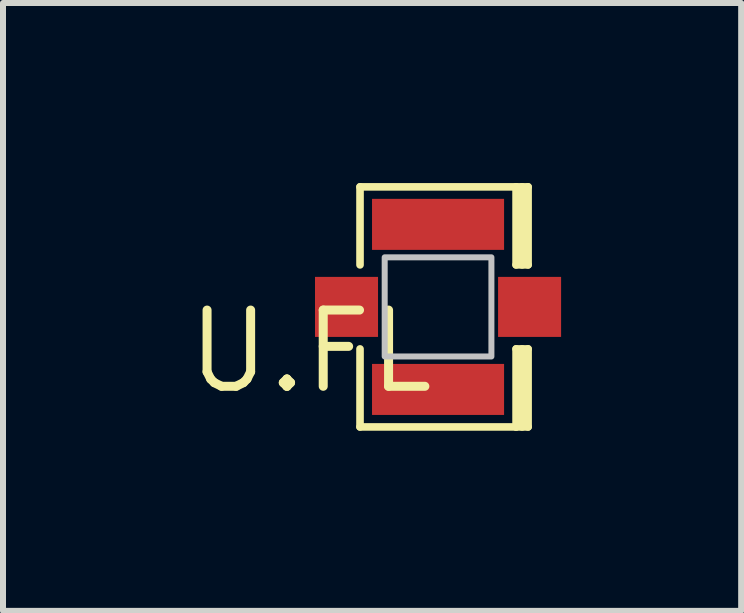
<source format=kicad_pcb>
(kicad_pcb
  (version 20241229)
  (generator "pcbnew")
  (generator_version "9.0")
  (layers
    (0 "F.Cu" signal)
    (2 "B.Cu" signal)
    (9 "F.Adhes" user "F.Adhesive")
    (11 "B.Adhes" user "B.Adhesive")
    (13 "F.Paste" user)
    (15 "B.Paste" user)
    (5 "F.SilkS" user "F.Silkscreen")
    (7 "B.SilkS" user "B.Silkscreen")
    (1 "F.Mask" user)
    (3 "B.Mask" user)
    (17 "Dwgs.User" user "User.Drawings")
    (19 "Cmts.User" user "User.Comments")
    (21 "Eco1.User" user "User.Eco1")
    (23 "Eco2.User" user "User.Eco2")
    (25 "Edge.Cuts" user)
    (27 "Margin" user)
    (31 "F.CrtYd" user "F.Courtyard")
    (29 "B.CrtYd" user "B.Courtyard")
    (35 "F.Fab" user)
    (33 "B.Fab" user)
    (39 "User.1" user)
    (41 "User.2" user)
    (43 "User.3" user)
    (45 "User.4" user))
  (footprint "U.FL"
    (layer "F.Cu")
    (at 4.248 2.063)
    (property "Reference" "U.FL" (at 0 0 0) (layer "F.SilkS") (effects (font (size 1.27 1.27) (thickness 0.15)) (justify right top)))
    (attr through_hole)
    (fp_line (start -1.3 -0.7) (end -1.3 -2) (stroke (width 0.127) (type solid)) (layer "F.SilkS"))
    (fp_line (start -1.3 2) (end -1.3 0.7) (stroke (width 0.127) (type solid)) (layer "F.SilkS"))
    (fp_line (start -1.3 2) (end 1.3 2) (stroke (width 0.127) (type solid)) (layer "F.SilkS"))
    (fp_line (start 1.3 -2) (end -1.3 -2) (stroke (width 0.127) (type solid)) (layer "F.SilkS"))
    (fp_line (start 1.3 -0.7) (end 1.3 -2) (stroke (width 0.127) (type solid)) (layer "F.SilkS"))
    (fp_line (start 1.3 2) (end 1.3 0.7) (stroke (width 0.127) (type solid)) (layer "F.SilkS"))
    (fp_line (start 1.4 -0.7) (end 1.4 -2) (stroke (width 0.127) (type solid)) (layer "F.SilkS"))
    (fp_line (start 1.4 2) (end 1.4 0.7) (stroke (width 0.127) (type solid)) (layer "F.SilkS"))
    (fp_line (start 1.5 -2) (end 1.3 -2) (stroke (width 0.127) (type solid)) (layer "F.SilkS"))
    (fp_line (start 1.5 -0.7) (end 1.3 -0.7) (stroke (width 0.127) (type solid)) (layer "F.SilkS"))
    (fp_line (start 1.5 -0.7) (end 1.5 -2) (stroke (width 0.127) (type solid)) (layer "F.SilkS"))
    (fp_line (start 1.5 0.7) (end 1.3 0.7) (stroke (width 0.127) (type solid)) (layer "F.SilkS"))
    (fp_line (start 1.5 2) (end 1.3 2) (stroke (width 0.127) (type solid)) (layer "F.SilkS"))
    (fp_line (start 1.5 2) (end 1.5 0.7) (stroke (width 0.127) (type solid)) (layer "F.SilkS"))
    (fp_poly (pts (xy -0.889 0.826) (xy 0.889 0.826) (xy 0.889 -0.826) (xy -0.889 -0.826)) (stroke (width 0.1) (type solid)) (fill no) (layer "Dwgs.User"))
    (pad "P$1" smd rect (at 0 -1.375) (size 2.2 0.85) (layers "F.Cu" "F.Mask" "F.Paste"))
    (pad "P$2" smd rect (at 0 1.375) (size 2.2 0.85) (layers "F.Cu" "F.Mask" "F.Paste"))
    (pad "P$3" smd rect (at 1.525 0) (size 1.05 1) (layers "F.Cu" "F.Mask" "F.Paste"))
    (pad "P$4" smd rect (at -1.525 0) (size 1.05 1) (layers "F.Cu" "F.Mask" "F.Paste")))
  (gr_rect
    (start -3 -3)
    (end 9.298 7.127)
    (stroke (width 0.1) (type default))
    (fill no)
    (layer "Edge.Cuts")))
</source>
